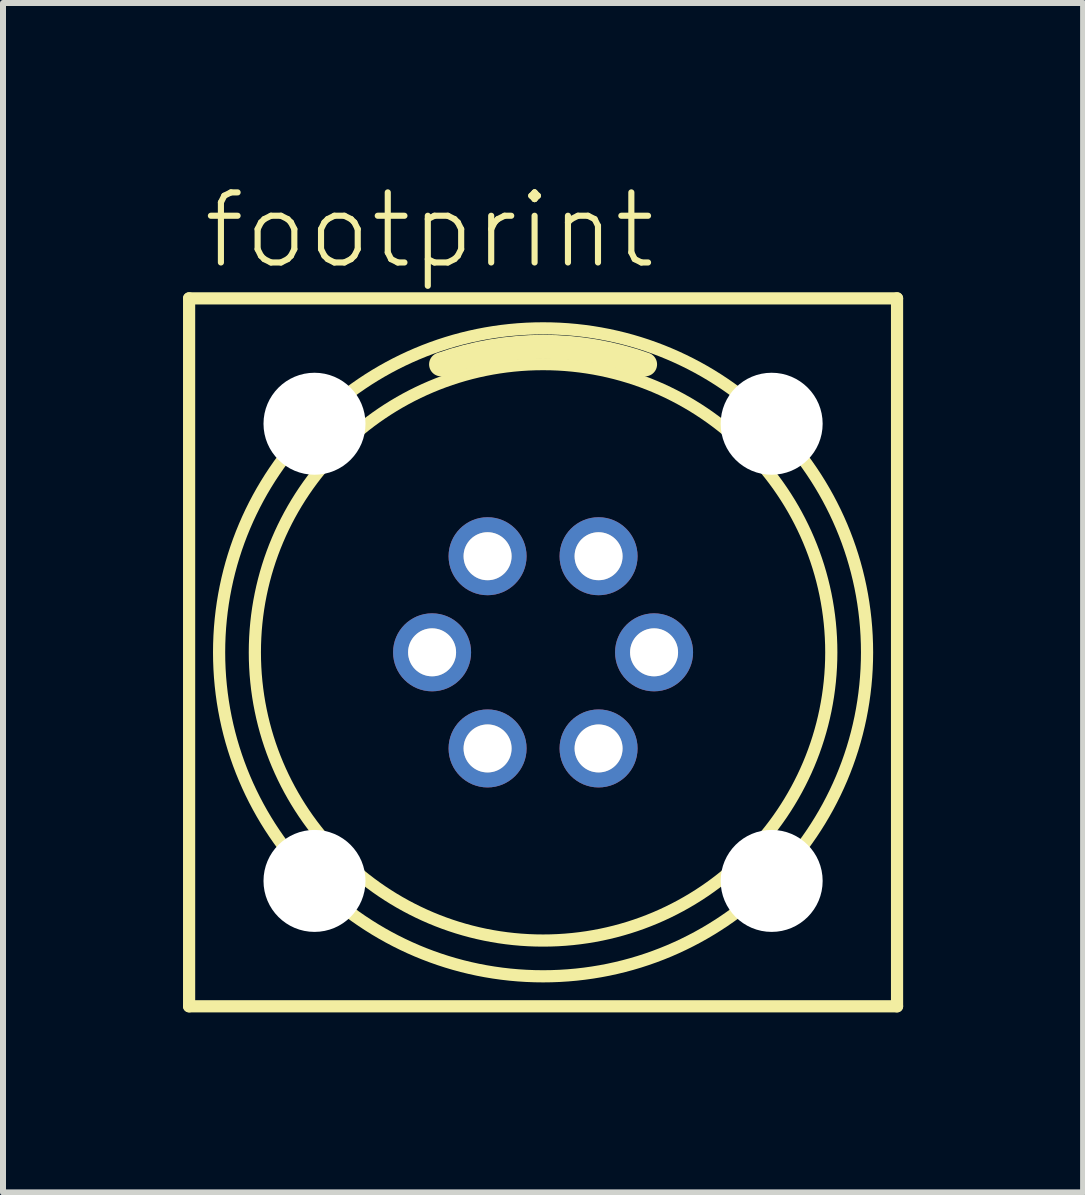
<source format=kicad_pcb>
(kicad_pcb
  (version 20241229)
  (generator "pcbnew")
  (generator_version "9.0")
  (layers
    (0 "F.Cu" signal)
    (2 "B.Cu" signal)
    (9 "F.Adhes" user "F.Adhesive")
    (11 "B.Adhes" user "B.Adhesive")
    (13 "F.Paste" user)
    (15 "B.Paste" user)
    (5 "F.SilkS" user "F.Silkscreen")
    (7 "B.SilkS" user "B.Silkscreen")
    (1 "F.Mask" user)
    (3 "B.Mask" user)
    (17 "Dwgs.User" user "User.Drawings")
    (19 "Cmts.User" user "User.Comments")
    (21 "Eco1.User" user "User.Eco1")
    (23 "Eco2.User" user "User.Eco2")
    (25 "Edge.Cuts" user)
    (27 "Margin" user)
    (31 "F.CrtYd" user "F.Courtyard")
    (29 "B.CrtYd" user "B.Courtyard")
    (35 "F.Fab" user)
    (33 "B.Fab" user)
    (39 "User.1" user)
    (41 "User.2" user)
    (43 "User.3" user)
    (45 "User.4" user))
  (footprint "footprint"
    (layer "F.Cu")
    (at 6.002 7.823)
    (property "Reference" "footprint" (at -5.715 -6.35 0) (layer "F.SilkS") (effects (font (size 1.168 1.168) (thickness 0.102)) (justify left bottom)))
    (fp_line (start -5.9 -5.9) (end 5.9 -5.9) (stroke (width 0.203) (type solid)) (layer "F.SilkS"))
    (fp_line (start -5.9 5.9) (end -5.9 -5.9) (stroke (width 0.203) (type solid)) (layer "F.SilkS"))
    (fp_line (start 5.9 -5.9) (end 5.9 5.9) (stroke (width 0.203) (type solid)) (layer "F.SilkS"))
    (fp_line (start 5.9 5.9) (end -5.9 5.9) (stroke (width 0.203) (type solid)) (layer "F.SilkS"))
    (fp_arc (start -1.7 -4.8) (mid 0 -5.092151) (end 1.7 -4.8) (stroke (width 0.4) (type solid)) (layer "F.SilkS"))
    (fp_circle (center 0 0) (end 4.804 0) (stroke (width 0.203) (type solid)) (fill no) (layer "F.SilkS"))
    (fp_circle (center 0 0) (end 5.4 0) (stroke (width 0.203) (type solid)) (fill no) (layer "F.SilkS"))
    (fp_circle (center -1.85 0) (end -1.552 0) (stroke (width 0.203) (type solid)) (fill no) (layer "F.Fab"))
    (fp_circle (center -0.925 -1.602) (end -0.626 -1.602) (stroke (width 0.203) (type solid)) (fill no) (layer "F.Fab"))
    (fp_circle (center -0.925 1.602) (end -0.626 1.602) (stroke (width 0.203) (type solid)) (fill no) (layer "F.Fab"))
    (fp_circle (center 0.925 -1.602) (end 1.223 -1.602) (stroke (width 0.203) (type solid)) (fill no) (layer "F.Fab"))
    (fp_circle (center 0.925 1.602) (end 1.223 1.602) (stroke (width 0.203) (type solid)) (fill no) (layer "F.Fab"))
    (fp_circle (center 1.85 0) (end 2.148 0) (stroke (width 0.203) (type solid)) (fill no) (layer "F.Fab"))
    (pad "" np_thru_hole circle (at -3.81 -3.81) (size 1.7 1.7) (drill 1.7) (layers "*.Cu" "*.Mask"))
    (pad "" np_thru_hole circle (at -3.81 3.81) (size 1.7 1.7) (drill 1.7) (layers "*.Cu" "*.Mask"))
    (pad "" np_thru_hole circle (at 3.81 -3.81) (size 1.7 1.7) (drill 1.7) (layers "*.Cu" "*.Mask"))
    (pad "" np_thru_hole circle (at 3.81 3.81) (size 1.7 1.7) (drill 1.7) (layers "*.Cu" "*.Mask"))
    (pad "1" thru_hole circle (at -0.925 -1.602 120) (size 1.3 1.3) (drill 0.8) (layers "*.Cu" "*.Mask"))
    (pad "2" thru_hole circle (at -1.85 0 120) (size 1.3 1.3) (drill 0.8) (layers "*.Cu" "*.Mask"))
    (pad "3" thru_hole circle (at -0.925 1.602 120) (size 1.3 1.3) (drill 0.8) (layers "*.Cu" "*.Mask"))
    (pad "4" thru_hole circle (at 0.925 1.602 120) (size 1.3 1.3) (drill 0.8) (layers "*.Cu" "*.Mask"))
    (pad "5" thru_hole circle (at 1.85 0 120) (size 1.3 1.3) (drill 0.8) (layers "*.Cu" "*.Mask"))
    (pad "6" thru_hole circle (at 0.925 -1.602 120) (size 1.3 1.3) (drill 0.8) (layers "*.Cu" "*.Mask")))
  (gr_rect
    (start -3 -3)
    (end 15.003 16.825)
    (stroke (width 0.1) (type default))
    (fill no)
    (layer "Edge.Cuts")))
</source>
